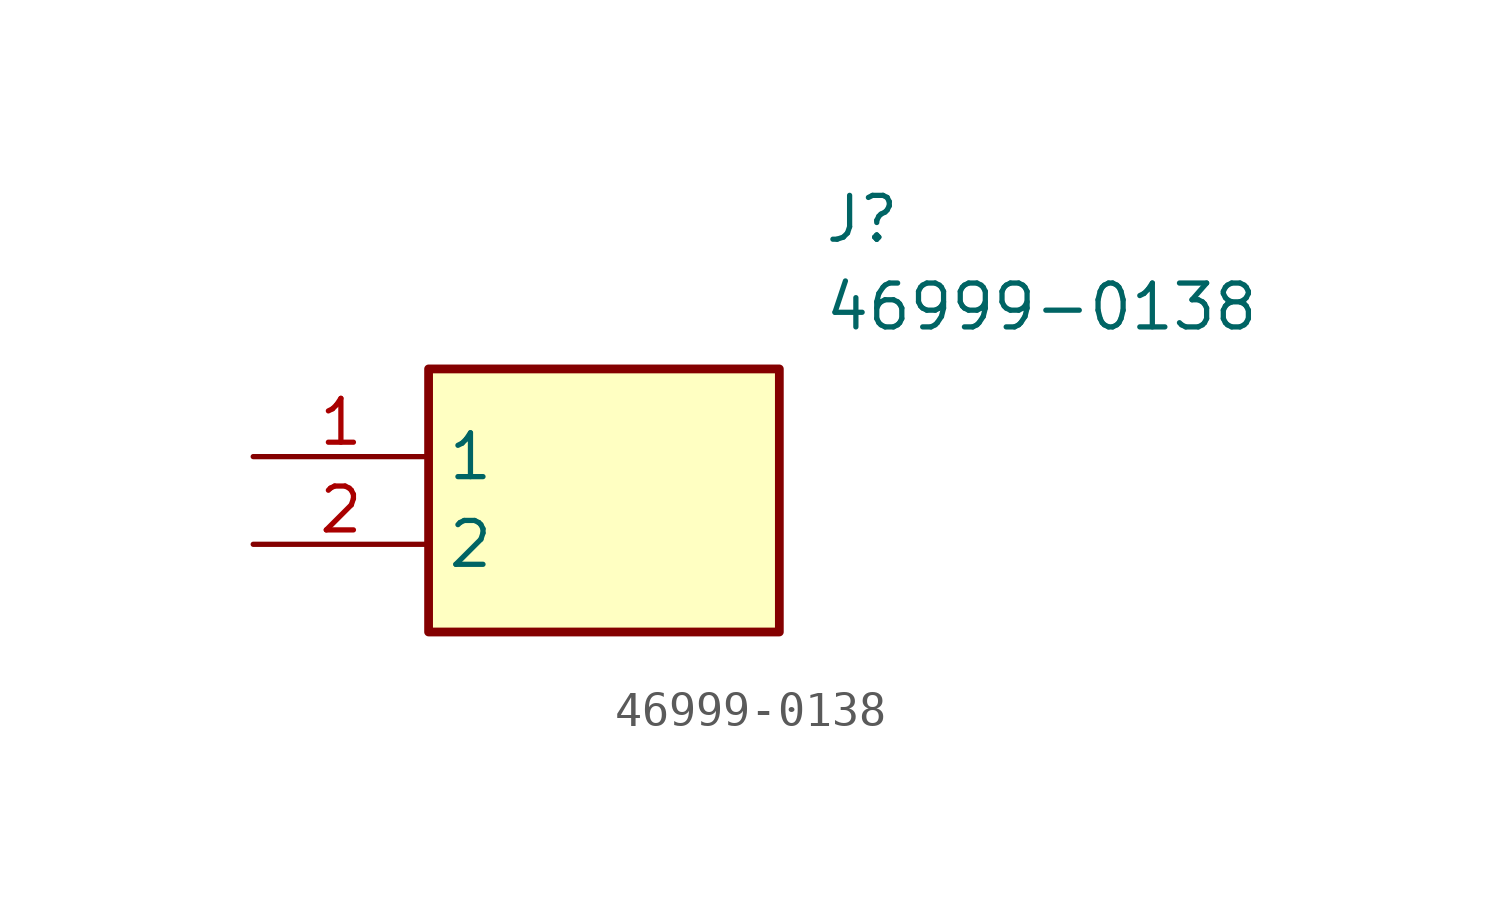
<source format=kicad_sym>
(kicad_symbol_lib
  (version 20211014)
  (generator SamacSys_ECAD_Model)
  (symbol "46999-0138"
    (property "Reference" "J"
      (at 16.51 7.62 0)
      (effects (font (size 1.27 1.27)) (justify left top)))
    (property "Value" "46999-0138"
      (at 16.51 5.08 0)
      (effects (font (size 1.27 1.27)) (justify left top)))
    (rectangle
      (start 5.08 2.54)
      (end 15.24 -5.08)
      (stroke (width 0.254) (type default))
      (fill (type background)))
    (pin passive line
      (at 0 0 0)
      (length 5.08)
      (name "1" (effects (font (size 1.27 1.27))))
      (number "1" (effects (font (size 1.27 1.27)))))
    (pin passive line
      (at 0 -2.54 0)
      (length 5.08)
      (name "2" (effects (font (size 1.27 1.27))))
      (number "2" (effects (font (size 1.27 1.27)))))))
</source>
